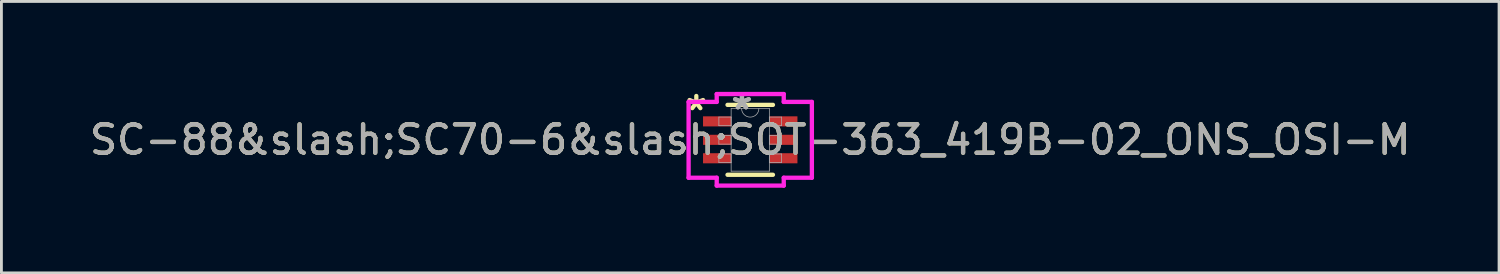
<source format=kicad_pcb>
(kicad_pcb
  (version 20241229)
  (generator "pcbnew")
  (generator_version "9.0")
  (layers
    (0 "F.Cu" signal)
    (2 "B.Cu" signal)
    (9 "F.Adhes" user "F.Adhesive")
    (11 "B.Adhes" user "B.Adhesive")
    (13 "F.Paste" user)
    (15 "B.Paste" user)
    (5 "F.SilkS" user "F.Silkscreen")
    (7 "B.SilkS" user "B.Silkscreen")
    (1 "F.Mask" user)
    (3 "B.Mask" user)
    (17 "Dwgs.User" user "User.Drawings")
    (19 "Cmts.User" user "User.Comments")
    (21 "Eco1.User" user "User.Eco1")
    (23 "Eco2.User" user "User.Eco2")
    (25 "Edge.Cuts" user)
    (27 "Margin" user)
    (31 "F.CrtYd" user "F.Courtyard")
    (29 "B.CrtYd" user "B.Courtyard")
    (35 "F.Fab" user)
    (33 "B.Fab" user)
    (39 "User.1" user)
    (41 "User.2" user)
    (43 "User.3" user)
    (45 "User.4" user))
  (footprint "SC-88&slash;SC70-6&slash;SOT-363_419B-02_ONS_OSI-M"
    (layer "F.Cu")
    (at 23.387 1.877)
    (property "Reference" "SC-88&slash;SC70-6&slash;SOT-363_419B-02_ONS_OSI-M" (at 0 0 0) (unlocked yes) (layer "F.SilkS") (effects (font (size 1 1) (thickness 0.15))))
    (attr smd allow_soldermask_bridges)
    (fp_line (start -0.8 1.232) (end 0.8 1.232) (stroke (width 0.152) (type solid)) (layer "F.SilkS"))
    (fp_line (start 0.8 -1.232) (end -0.8 -1.232) (stroke (width 0.152) (type solid)) (layer "F.SilkS"))
    (fp_line (start -2.172 -1.336) (end -1.181 -1.336) (stroke (width 0.152) (type solid)) (layer "F.CrtYd"))
    (fp_line (start -2.172 1.336) (end -2.172 -1.336) (stroke (width 0.152) (type solid)) (layer "F.CrtYd"))
    (fp_line (start -2.172 1.336) (end -1.181 1.336) (stroke (width 0.152) (type solid)) (layer "F.CrtYd"))
    (fp_line (start -1.181 -1.613) (end 1.181 -1.613) (stroke (width 0.152) (type solid)) (layer "F.CrtYd"))
    (fp_line (start -1.181 -1.336) (end -1.181 -1.613) (stroke (width 0.152) (type solid)) (layer "F.CrtYd"))
    (fp_line (start -1.181 1.613) (end -1.181 1.336) (stroke (width 0.152) (type solid)) (layer "F.CrtYd"))
    (fp_line (start 1.181 -1.613) (end 1.181 -1.336) (stroke (width 0.152) (type solid)) (layer "F.CrtYd"))
    (fp_line (start 1.181 1.336) (end 1.181 1.613) (stroke (width 0.152) (type solid)) (layer "F.CrtYd"))
    (fp_line (start 1.181 1.613) (end -1.181 1.613) (stroke (width 0.152) (type solid)) (layer "F.CrtYd"))
    (fp_line (start 2.172 -1.336) (end 1.181 -1.336) (stroke (width 0.152) (type solid)) (layer "F.CrtYd"))
    (fp_line (start 2.172 -1.336) (end 2.172 1.336) (stroke (width 0.152) (type solid)) (layer "F.CrtYd"))
    (fp_line (start 2.172 1.336) (end 1.181 1.336) (stroke (width 0.152) (type solid)) (layer "F.CrtYd"))
    (fp_line (start -1.105 -0.802) (end -1.105 -0.498) (stroke (width 0.025) (type solid)) (layer "F.Fab"))
    (fp_line (start -1.105 -0.498) (end -0.673 -0.498) (stroke (width 0.025) (type solid)) (layer "F.Fab"))
    (fp_line (start -1.105 -0.152) (end -1.105 0.152) (stroke (width 0.025) (type solid)) (layer "F.Fab"))
    (fp_line (start -1.105 0.152) (end -0.673 0.152) (stroke (width 0.025) (type solid)) (layer "F.Fab"))
    (fp_line (start -1.105 0.498) (end -1.105 0.802) (stroke (width 0.025) (type solid)) (layer "F.Fab"))
    (fp_line (start -1.105 0.802) (end -0.673 0.802) (stroke (width 0.025) (type solid)) (layer "F.Fab"))
    (fp_line (start -0.673 -1.105) (end -0.673 1.105) (stroke (width 0.025) (type solid)) (layer "F.Fab"))
    (fp_line (start -0.673 -0.802) (end -1.105 -0.802) (stroke (width 0.025) (type solid)) (layer "F.Fab"))
    (fp_line (start -0.673 -0.498) (end -0.673 -0.802) (stroke (width 0.025) (type solid)) (layer "F.Fab"))
    (fp_line (start -0.673 -0.152) (end -1.105 -0.152) (stroke (width 0.025) (type solid)) (layer "F.Fab"))
    (fp_line (start -0.673 0.152) (end -0.673 -0.152) (stroke (width 0.025) (type solid)) (layer "F.Fab"))
    (fp_line (start -0.673 0.498) (end -1.105 0.498) (stroke (width 0.025) (type solid)) (layer "F.Fab"))
    (fp_line (start -0.673 0.802) (end -0.673 0.498) (stroke (width 0.025) (type solid)) (layer "F.Fab"))
    (fp_line (start -0.673 1.105) (end 0.673 1.105) (stroke (width 0.025) (type solid)) (layer "F.Fab"))
    (fp_line (start 0.673 -1.105) (end -0.673 -1.105) (stroke (width 0.025) (type solid)) (layer "F.Fab"))
    (fp_line (start 0.673 -0.802) (end 0.673 -0.498) (stroke (width 0.025) (type solid)) (layer "F.Fab"))
    (fp_line (start 0.673 -0.498) (end 1.105 -0.498) (stroke (width 0.025) (type solid)) (layer "F.Fab"))
    (fp_line (start 0.673 -0.152) (end 0.673 0.152) (stroke (width 0.025) (type solid)) (layer "F.Fab"))
    (fp_line (start 0.673 0.152) (end 1.105 0.152) (stroke (width 0.025) (type solid)) (layer "F.Fab"))
    (fp_line (start 0.673 0.498) (end 0.673 0.802) (stroke (width 0.025) (type solid)) (layer "F.Fab"))
    (fp_line (start 0.673 0.802) (end 1.105 0.802) (stroke (width 0.025) (type solid)) (layer "F.Fab"))
    (fp_line (start 0.673 1.105) (end 0.673 -1.105) (stroke (width 0.025) (type solid)) (layer "F.Fab"))
    (fp_line (start 1.105 -0.802) (end 0.673 -0.802) (stroke (width 0.025) (type solid)) (layer "F.Fab"))
    (fp_line (start 1.105 -0.498) (end 1.105 -0.802) (stroke (width 0.025) (type solid)) (layer "F.Fab"))
    (fp_line (start 1.105 -0.152) (end 0.673 -0.152) (stroke (width 0.025) (type solid)) (layer "F.Fab"))
    (fp_line (start 1.105 0.152) (end 1.105 -0.152) (stroke (width 0.025) (type solid)) (layer "F.Fab"))
    (fp_line (start 1.105 0.498) (end 0.673 0.498) (stroke (width 0.025) (type solid)) (layer "F.Fab"))
    (fp_line (start 1.105 0.802) (end 1.105 0.498) (stroke (width 0.025) (type solid)) (layer "F.Fab"))
    (fp_arc (start 0.3048 -1.1049) (mid 0 -0.8001) (end -0.3048 -1.1049) (stroke (width 0.0254) (type solid)) (layer "F.Fab"))
    (fp_text user "*" (at -1.9 -1 0) (unlocked yes) (layer "F.SilkS") (effects (font (size 1 1) (thickness 0.15))))
    (fp_text user "*" (at -0.292 -1.029 0) (unlocked yes) (layer "F.Fab") (effects (font (size 1 1) (thickness 0.15))))
    (fp_text user "${REFERENCE}" (at 0 0 0) (unlocked yes) (layer "F.Fab") (effects (font (size 1 1) (thickness 0.15))))
    (fp_text user "*" (at -0.292 -1.029 0) (layer "F.Fab") (effects (font (size 1 1) (thickness 0.15))))
    (pad "1" smd rect (at -1.168 -0.65) (size 0.991 0.356) (layers "F.Cu" "F.Mask" "F.Paste"))
    (pad "2" smd rect (at -1.168 0) (size 0.991 0.356) (layers "F.Cu" "F.Mask" "F.Paste"))
    (pad "3" smd rect (at -1.168 0.65) (size 0.991 0.356) (layers "F.Cu" "F.Mask" "F.Paste"))
    (pad "4" smd rect (at 1.168 0.65) (size 0.991 0.356) (layers "F.Cu" "F.Mask" "F.Paste"))
    (pad "5" smd rect (at 1.168 0) (size 0.991 0.356) (layers "F.Cu" "F.Mask" "F.Paste"))
    (pad "6" smd rect (at 1.168 -0.65) (size 0.991 0.356) (layers "F.Cu" "F.Mask" "F.Paste")))
  (gr_rect
    (start -3 -3)
    (end 49.774 6.566)
    (stroke (width 0.1) (type default))
    (fill no)
    (layer "Edge.Cuts")))
</source>
